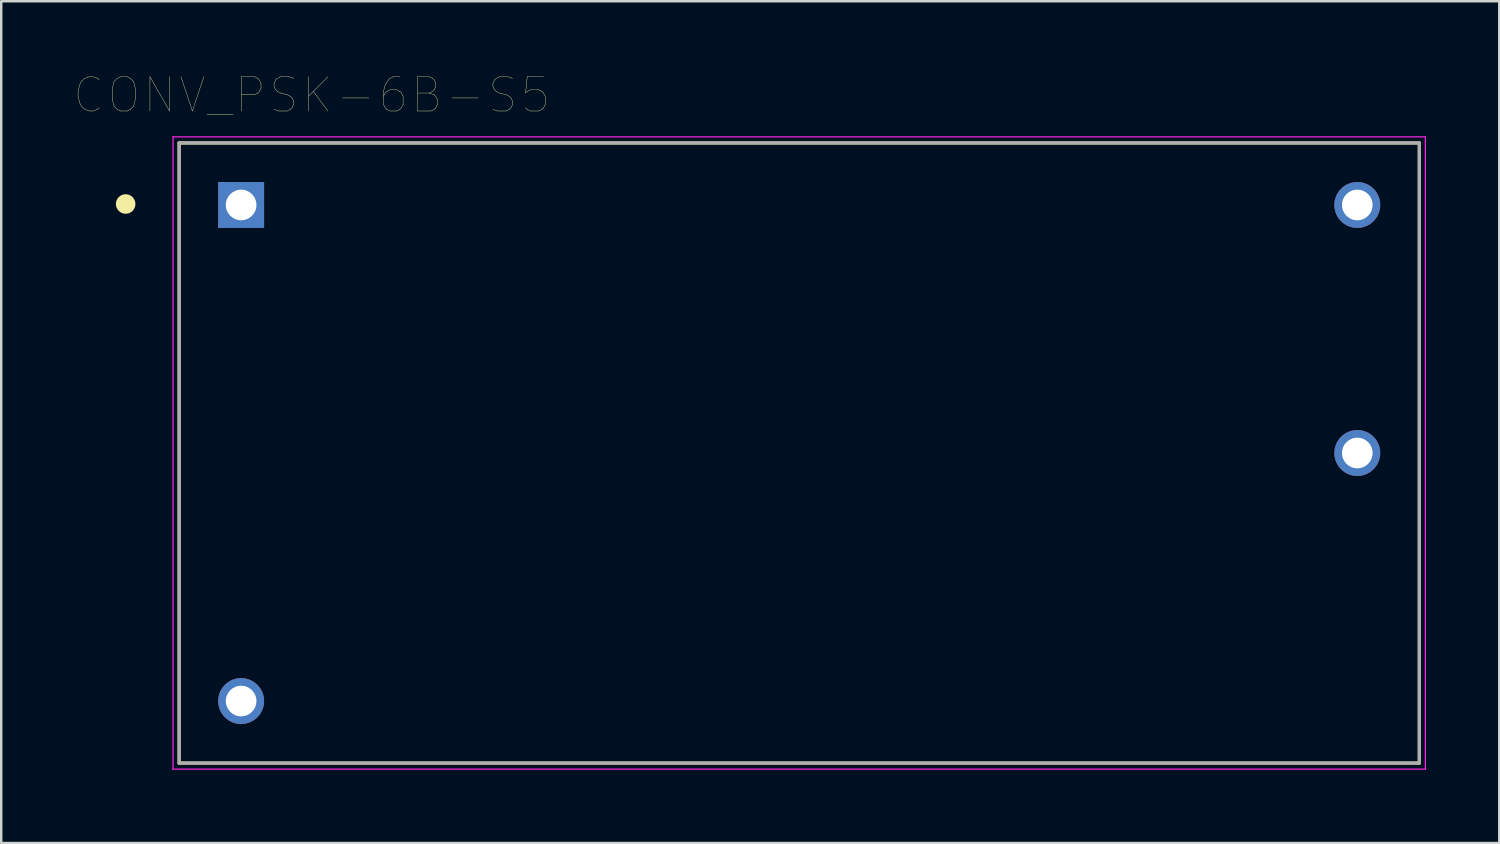
<source format=kicad_pcb>
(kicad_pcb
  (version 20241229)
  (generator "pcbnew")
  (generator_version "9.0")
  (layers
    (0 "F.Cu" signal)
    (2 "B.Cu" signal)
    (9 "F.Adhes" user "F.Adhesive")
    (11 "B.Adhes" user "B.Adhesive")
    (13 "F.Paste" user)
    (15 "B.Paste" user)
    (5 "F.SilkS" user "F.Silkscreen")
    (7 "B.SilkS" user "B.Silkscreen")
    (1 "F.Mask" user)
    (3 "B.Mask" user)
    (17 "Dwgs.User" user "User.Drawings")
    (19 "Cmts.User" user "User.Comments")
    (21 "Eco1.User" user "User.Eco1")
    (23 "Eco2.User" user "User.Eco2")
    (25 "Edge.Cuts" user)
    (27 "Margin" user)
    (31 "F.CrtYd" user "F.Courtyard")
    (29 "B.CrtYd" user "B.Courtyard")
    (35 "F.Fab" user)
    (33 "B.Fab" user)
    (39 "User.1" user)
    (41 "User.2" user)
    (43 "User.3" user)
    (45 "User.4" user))
  (footprint "CONV_PSK-6B-S5"
    (layer "F.Cu")
    (at 29.687 15.506)
    (property "Reference" "CONV_PSK-6B-S5" (at -19.972 -14.658 0) (layer "F.SilkS") (effects (font (size 1.405 1.405) (thickness 0.015))))
    (attr through_hole)
    (fp_line (start -25.4 -12.7) (end 25.4 -12.7) (stroke (width 0.127) (type solid)) (layer "F.SilkS"))
    (fp_line (start -25.4 12.7) (end -25.4 -12.7) (stroke (width 0.127) (type solid)) (layer "F.SilkS"))
    (fp_line (start 25.4 -12.7) (end 25.4 12.7) (stroke (width 0.127) (type solid)) (layer "F.SilkS"))
    (fp_line (start 25.4 12.7) (end -25.4 12.7) (stroke (width 0.127) (type solid)) (layer "F.SilkS"))
    (fp_circle (center -27.59 -10.2) (end -27.39 -10.2) (stroke (width 0.4) (type solid)) (fill no) (layer "F.SilkS"))
    (fp_line (start -25.65 -12.95) (end 25.65 -12.95) (stroke (width 0.05) (type solid)) (layer "F.CrtYd"))
    (fp_line (start -25.65 12.95) (end -25.65 -12.95) (stroke (width 0.05) (type solid)) (layer "F.CrtYd"))
    (fp_line (start 25.65 -12.95) (end 25.65 12.95) (stroke (width 0.05) (type solid)) (layer "F.CrtYd"))
    (fp_line (start 25.65 12.95) (end -25.65 12.95) (stroke (width 0.05) (type solid)) (layer "F.CrtYd"))
    (fp_line (start -25.4 -12.7) (end 25.4 -12.7) (stroke (width 0.127) (type solid)) (layer "F.Fab"))
    (fp_line (start -25.4 12.7) (end -25.4 -12.7) (stroke (width 0.127) (type solid)) (layer "F.Fab"))
    (fp_line (start 25.4 -12.7) (end 25.4 12.7) (stroke (width 0.127) (type solid)) (layer "F.Fab"))
    (fp_line (start 25.4 12.7) (end -25.4 12.7) (stroke (width 0.127) (type solid)) (layer "F.Fab"))
    (pad "1" thru_hole rect (at -22.86 -10.16) (size 1.881 1.881) (drill 1.254) (layers "*.Cu" "*.Mask"))
    (pad "2" thru_hole circle (at -22.86 10.16) (size 1.881 1.881) (drill 1.254) (layers "*.Cu" "*.Mask"))
    (pad "3" thru_hole circle (at 22.86 -10.16) (size 1.881 1.881) (drill 1.254) (layers "*.Cu" "*.Mask"))
    (pad "4" thru_hole circle (at 22.86 0) (size 1.881 1.881) (drill 1.254) (layers "*.Cu" "*.Mask")))
  (gr_rect
    (start -3 -3)
    (end 58.362 31.481)
    (stroke (width 0.1) (type default))
    (fill no)
    (layer "Edge.Cuts")))
</source>
